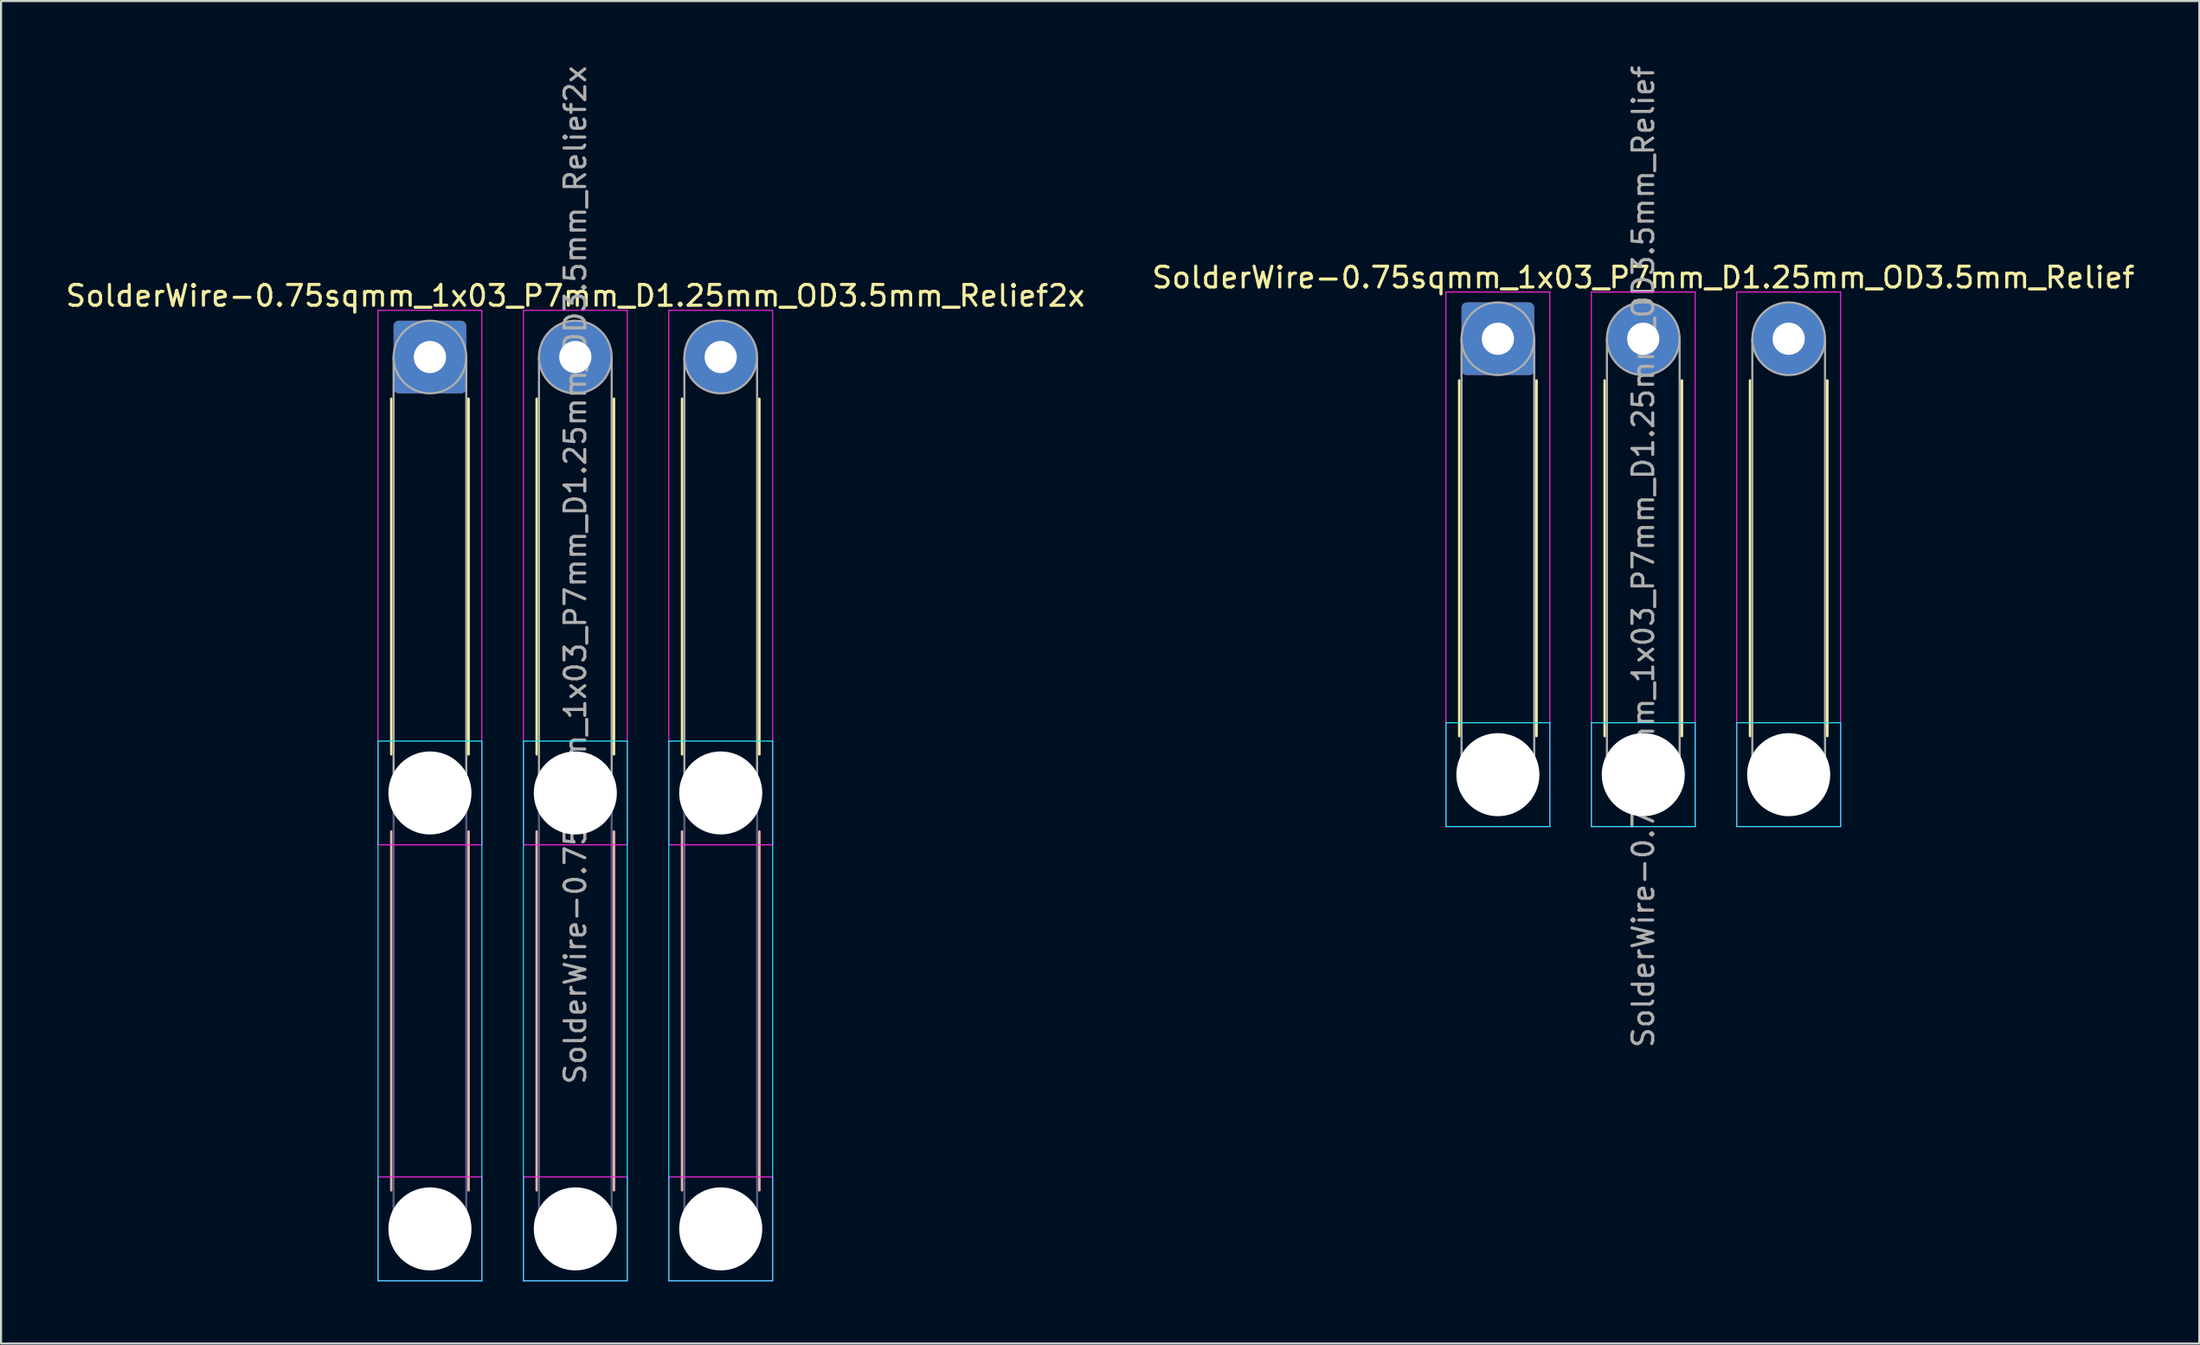
<source format=kicad_pcb>
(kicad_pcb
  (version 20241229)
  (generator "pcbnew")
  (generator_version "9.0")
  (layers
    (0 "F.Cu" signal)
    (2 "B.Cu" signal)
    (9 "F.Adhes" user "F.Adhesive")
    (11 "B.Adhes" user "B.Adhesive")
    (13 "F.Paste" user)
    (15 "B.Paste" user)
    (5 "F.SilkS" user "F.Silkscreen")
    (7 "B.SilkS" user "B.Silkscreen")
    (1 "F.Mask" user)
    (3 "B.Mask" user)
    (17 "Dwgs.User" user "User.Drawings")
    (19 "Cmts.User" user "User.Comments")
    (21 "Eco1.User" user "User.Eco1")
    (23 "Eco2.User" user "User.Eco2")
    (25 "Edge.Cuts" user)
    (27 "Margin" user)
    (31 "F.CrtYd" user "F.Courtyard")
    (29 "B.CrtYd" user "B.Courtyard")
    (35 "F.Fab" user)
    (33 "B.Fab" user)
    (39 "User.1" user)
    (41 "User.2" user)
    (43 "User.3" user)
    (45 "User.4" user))
  (footprint "SolderWire-0.75sqmm_1x03_P7mm_D1.25mm_OD3.5mm_Relief"
    (layer "F.Cu")
    (at 69.065 13.268)
    (property "Reference" "SolderWire-0.75sqmm_1x03_P7mm_D1.25mm_OD3.5mm_Relief" (at 7 -2.95 0) (layer "F.SilkS") (effects (font (size 1 1) (thickness 0.15))))
    (attr exclude_from_pos_files exclude_from_bom)
    (fp_line (start -1.86 2.01) (end -1.86 19.14) (stroke (width 0.12) (type solid)) (layer "F.SilkS"))
    (fp_line (start 1.86 2.01) (end 1.86 19.14) (stroke (width 0.12) (type solid)) (layer "F.SilkS"))
    (fp_line (start 5.14 2.01) (end 5.14 19.14) (stroke (width 0.12) (type solid)) (layer "F.SilkS"))
    (fp_line (start 8.86 2.01) (end 8.86 19.14) (stroke (width 0.12) (type solid)) (layer "F.SilkS"))
    (fp_line (start 12.14 2.01) (end 12.14 19.14) (stroke (width 0.12) (type solid)) (layer "F.SilkS"))
    (fp_line (start 15.86 2.01) (end 15.86 19.14) (stroke (width 0.12) (type solid)) (layer "F.SilkS"))
    (fp_line (start -2.5 18.5) (end -2.5 23.5) (stroke (width 0.05) (type solid)) (layer "B.CrtYd"))
    (fp_line (start -2.5 23.5) (end 2.5 23.5) (stroke (width 0.05) (type solid)) (layer "B.CrtYd"))
    (fp_line (start 2.5 18.5) (end -2.5 18.5) (stroke (width 0.05) (type solid)) (layer "B.CrtYd"))
    (fp_line (start 2.5 23.5) (end 2.5 18.5) (stroke (width 0.05) (type solid)) (layer "B.CrtYd"))
    (fp_line (start 4.5 18.5) (end 4.5 23.5) (stroke (width 0.05) (type solid)) (layer "B.CrtYd"))
    (fp_line (start 4.5 23.5) (end 9.5 23.5) (stroke (width 0.05) (type solid)) (layer "B.CrtYd"))
    (fp_line (start 9.5 18.5) (end 4.5 18.5) (stroke (width 0.05) (type solid)) (layer "B.CrtYd"))
    (fp_line (start 9.5 23.5) (end 9.5 18.5) (stroke (width 0.05) (type solid)) (layer "B.CrtYd"))
    (fp_line (start 11.5 18.5) (end 11.5 23.5) (stroke (width 0.05) (type solid)) (layer "B.CrtYd"))
    (fp_line (start 11.5 23.5) (end 16.5 23.5) (stroke (width 0.05) (type solid)) (layer "B.CrtYd"))
    (fp_line (start 16.5 18.5) (end 11.5 18.5) (stroke (width 0.05) (type solid)) (layer "B.CrtYd"))
    (fp_line (start 16.5 23.5) (end 16.5 18.5) (stroke (width 0.05) (type solid)) (layer "B.CrtYd"))
    (fp_line (start -2.5 -2.25) (end -2.5 23.5) (stroke (width 0.05) (type solid)) (layer "F.CrtYd"))
    (fp_line (start -2.5 23.5) (end 2.5 23.5) (stroke (width 0.05) (type solid)) (layer "F.CrtYd"))
    (fp_line (start 2.5 -2.25) (end -2.5 -2.25) (stroke (width 0.05) (type solid)) (layer "F.CrtYd"))
    (fp_line (start 2.5 23.5) (end 2.5 -2.25) (stroke (width 0.05) (type solid)) (layer "F.CrtYd"))
    (fp_line (start 4.5 -2.25) (end 4.5 23.5) (stroke (width 0.05) (type solid)) (layer "F.CrtYd"))
    (fp_line (start 4.5 23.5) (end 9.5 23.5) (stroke (width 0.05) (type solid)) (layer "F.CrtYd"))
    (fp_line (start 9.5 -2.25) (end 4.5 -2.25) (stroke (width 0.05) (type solid)) (layer "F.CrtYd"))
    (fp_line (start 9.5 23.5) (end 9.5 -2.25) (stroke (width 0.05) (type solid)) (layer "F.CrtYd"))
    (fp_line (start 11.5 -2.25) (end 11.5 23.5) (stroke (width 0.05) (type solid)) (layer "F.CrtYd"))
    (fp_line (start 11.5 23.5) (end 16.5 23.5) (stroke (width 0.05) (type solid)) (layer "F.CrtYd"))
    (fp_line (start 16.5 -2.25) (end 11.5 -2.25) (stroke (width 0.05) (type solid)) (layer "F.CrtYd"))
    (fp_line (start 16.5 23.5) (end 16.5 -2.25) (stroke (width 0.05) (type solid)) (layer "F.CrtYd"))
    (fp_line (start -1.75 0) (end -1.75 21) (stroke (width 0.1) (type solid)) (layer "F.Fab"))
    (fp_line (start 1.75 0) (end 1.75 21) (stroke (width 0.1) (type solid)) (layer "F.Fab"))
    (fp_line (start 5.25 0) (end 5.25 21) (stroke (width 0.1) (type solid)) (layer "F.Fab"))
    (fp_line (start 8.75 0) (end 8.75 21) (stroke (width 0.1) (type solid)) (layer "F.Fab"))
    (fp_line (start 12.25 0) (end 12.25 21) (stroke (width 0.1) (type solid)) (layer "F.Fab"))
    (fp_line (start 15.75 0) (end 15.75 21) (stroke (width 0.1) (type solid)) (layer "F.Fab"))
    (fp_circle (center 0 0) (end 1.75 0) (stroke (width 0.1) (type solid)) (fill no) (layer "F.Fab"))
    (fp_circle (center 0 21) (end 1.75 21) (stroke (width 0.1) (type solid)) (fill no) (layer "F.Fab"))
    (fp_circle (center 7 0) (end 8.75 0) (stroke (width 0.1) (type solid)) (fill no) (layer "F.Fab"))
    (fp_circle (center 7 21) (end 8.75 21) (stroke (width 0.1) (type solid)) (fill no) (layer "F.Fab"))
    (fp_circle (center 14 0) (end 15.75 0) (stroke (width 0.1) (type solid)) (fill no) (layer "F.Fab"))
    (fp_circle (center 14 21) (end 15.75 21) (stroke (width 0.1) (type solid)) (fill no) (layer "F.Fab"))
    (fp_text user "${REFERENCE}" (at 7 10.5 90) (layer "F.Fab") (effects (font (size 1 1) (thickness 0.15))))
    (pad "" np_thru_hole circle (at 0 21) (size 4 4) (drill 4) (layers "*.Cu" "*.Mask"))
    (pad "" np_thru_hole circle (at 7 21) (size 4 4) (drill 4) (layers "*.Cu" "*.Mask"))
    (pad "" np_thru_hole circle (at 14 21) (size 4 4) (drill 4) (layers "*.Cu" "*.Mask"))
    (pad "1" thru_hole roundrect (at 0 0) (size 3.5 3.5) (drill 1.55) (layers "*.Cu" "*.Mask") (roundrect_rratio 0.071))
    (pad "2" thru_hole circle (at 7 0) (size 3.5 3.5) (drill 1.55) (layers "*.Cu" "*.Mask"))
    (pad "3" thru_hole circle (at 14 0) (size 3.5 3.5) (drill 1.55) (layers "*.Cu" "*.Mask")))
  (footprint "SolderWire-0.75sqmm_1x03_P7mm_D1.25mm_OD3.5mm_Relief2x"
    (layer "F.Cu")
    (at 17.649 14.149)
    (property "Reference" "SolderWire-0.75sqmm_1x03_P7mm_D1.25mm_OD3.5mm_Relief2x" (at 7 -2.95 0) (layer "F.SilkS") (effects (font (size 1 1) (thickness 0.15))))
    (attr exclude_from_pos_files exclude_from_bom)
    (fp_line (start -1.86 2.01) (end -1.86 19.14) (stroke (width 0.12) (type solid)) (layer "F.SilkS"))
    (fp_line (start 1.86 2.01) (end 1.86 19.14) (stroke (width 0.12) (type solid)) (layer "F.SilkS"))
    (fp_line (start 5.14 2.01) (end 5.14 19.14) (stroke (width 0.12) (type solid)) (layer "F.SilkS"))
    (fp_line (start 8.86 2.01) (end 8.86 19.14) (stroke (width 0.12) (type solid)) (layer "F.SilkS"))
    (fp_line (start 12.14 2.01) (end 12.14 19.14) (stroke (width 0.12) (type solid)) (layer "F.SilkS"))
    (fp_line (start 15.86 2.01) (end 15.86 19.14) (stroke (width 0.12) (type solid)) (layer "F.SilkS"))
    (fp_line (start -1.86 22.86) (end -1.86 40.14) (stroke (width 0.12) (type solid)) (layer "B.SilkS"))
    (fp_line (start 1.86 22.86) (end 1.86 40.14) (stroke (width 0.12) (type solid)) (layer "B.SilkS"))
    (fp_line (start 5.14 22.86) (end 5.14 40.14) (stroke (width 0.12) (type solid)) (layer "B.SilkS"))
    (fp_line (start 8.86 22.86) (end 8.86 40.14) (stroke (width 0.12) (type solid)) (layer "B.SilkS"))
    (fp_line (start 12.14 22.86) (end 12.14 40.14) (stroke (width 0.12) (type solid)) (layer "B.SilkS"))
    (fp_line (start 15.86 22.86) (end 15.86 40.14) (stroke (width 0.12) (type solid)) (layer "B.SilkS"))
    (fp_line (start -2.5 18.5) (end -2.5 44.5) (stroke (width 0.05) (type solid)) (layer "B.CrtYd"))
    (fp_line (start -2.5 44.5) (end 2.5 44.5) (stroke (width 0.05) (type solid)) (layer "B.CrtYd"))
    (fp_line (start 2.5 18.5) (end -2.5 18.5) (stroke (width 0.05) (type solid)) (layer "B.CrtYd"))
    (fp_line (start 2.5 44.5) (end 2.5 18.5) (stroke (width 0.05) (type solid)) (layer "B.CrtYd"))
    (fp_line (start 4.5 18.5) (end 4.5 44.5) (stroke (width 0.05) (type solid)) (layer "B.CrtYd"))
    (fp_line (start 4.5 44.5) (end 9.5 44.5) (stroke (width 0.05) (type solid)) (layer "B.CrtYd"))
    (fp_line (start 9.5 18.5) (end 4.5 18.5) (stroke (width 0.05) (type solid)) (layer "B.CrtYd"))
    (fp_line (start 9.5 44.5) (end 9.5 18.5) (stroke (width 0.05) (type solid)) (layer "B.CrtYd"))
    (fp_line (start 11.5 18.5) (end 11.5 44.5) (stroke (width 0.05) (type solid)) (layer "B.CrtYd"))
    (fp_line (start 11.5 44.5) (end 16.5 44.5) (stroke (width 0.05) (type solid)) (layer "B.CrtYd"))
    (fp_line (start 16.5 18.5) (end 11.5 18.5) (stroke (width 0.05) (type solid)) (layer "B.CrtYd"))
    (fp_line (start 16.5 44.5) (end 16.5 18.5) (stroke (width 0.05) (type solid)) (layer "B.CrtYd"))
    (fp_line (start -2.5 -2.25) (end -2.5 23.5) (stroke (width 0.05) (type solid)) (layer "F.CrtYd"))
    (fp_line (start -2.5 23.5) (end 2.5 23.5) (stroke (width 0.05) (type solid)) (layer "F.CrtYd"))
    (fp_line (start -2.5 39.5) (end -2.5 44.5) (stroke (width 0.05) (type solid)) (layer "F.CrtYd"))
    (fp_line (start -2.5 44.5) (end 2.5 44.5) (stroke (width 0.05) (type solid)) (layer "F.CrtYd"))
    (fp_line (start 2.5 -2.25) (end -2.5 -2.25) (stroke (width 0.05) (type solid)) (layer "F.CrtYd"))
    (fp_line (start 2.5 23.5) (end 2.5 -2.25) (stroke (width 0.05) (type solid)) (layer "F.CrtYd"))
    (fp_line (start 2.5 39.5) (end -2.5 39.5) (stroke (width 0.05) (type solid)) (layer "F.CrtYd"))
    (fp_line (start 2.5 44.5) (end 2.5 39.5) (stroke (width 0.05) (type solid)) (layer "F.CrtYd"))
    (fp_line (start 4.5 -2.25) (end 4.5 23.5) (stroke (width 0.05) (type solid)) (layer "F.CrtYd"))
    (fp_line (start 4.5 23.5) (end 9.5 23.5) (stroke (width 0.05) (type solid)) (layer "F.CrtYd"))
    (fp_line (start 4.5 39.5) (end 4.5 44.5) (stroke (width 0.05) (type solid)) (layer "F.CrtYd"))
    (fp_line (start 4.5 44.5) (end 9.5 44.5) (stroke (width 0.05) (type solid)) (layer "F.CrtYd"))
    (fp_line (start 9.5 -2.25) (end 4.5 -2.25) (stroke (width 0.05) (type solid)) (layer "F.CrtYd"))
    (fp_line (start 9.5 23.5) (end 9.5 -2.25) (stroke (width 0.05) (type solid)) (layer "F.CrtYd"))
    (fp_line (start 9.5 39.5) (end 4.5 39.5) (stroke (width 0.05) (type solid)) (layer "F.CrtYd"))
    (fp_line (start 9.5 44.5) (end 9.5 39.5) (stroke (width 0.05) (type solid)) (layer "F.CrtYd"))
    (fp_line (start 11.5 -2.25) (end 11.5 23.5) (stroke (width 0.05) (type solid)) (layer "F.CrtYd"))
    (fp_line (start 11.5 23.5) (end 16.5 23.5) (stroke (width 0.05) (type solid)) (layer "F.CrtYd"))
    (fp_line (start 11.5 39.5) (end 11.5 44.5) (stroke (width 0.05) (type solid)) (layer "F.CrtYd"))
    (fp_line (start 11.5 44.5) (end 16.5 44.5) (stroke (width 0.05) (type solid)) (layer "F.CrtYd"))
    (fp_line (start 16.5 -2.25) (end 11.5 -2.25) (stroke (width 0.05) (type solid)) (layer "F.CrtYd"))
    (fp_line (start 16.5 23.5) (end 16.5 -2.25) (stroke (width 0.05) (type solid)) (layer "F.CrtYd"))
    (fp_line (start 16.5 39.5) (end 11.5 39.5) (stroke (width 0.05) (type solid)) (layer "F.CrtYd"))
    (fp_line (start 16.5 44.5) (end 16.5 39.5) (stroke (width 0.05) (type solid)) (layer "F.CrtYd"))
    (fp_line (start -1.75 21) (end -1.75 42) (stroke (width 0.1) (type solid)) (layer "B.Fab"))
    (fp_line (start 1.75 21) (end 1.75 42) (stroke (width 0.1) (type solid)) (layer "B.Fab"))
    (fp_line (start 5.25 21) (end 5.25 42) (stroke (width 0.1) (type solid)) (layer "B.Fab"))
    (fp_line (start 8.75 21) (end 8.75 42) (stroke (width 0.1) (type solid)) (layer "B.Fab"))
    (fp_line (start 12.25 21) (end 12.25 42) (stroke (width 0.1) (type solid)) (layer "B.Fab"))
    (fp_line (start 15.75 21) (end 15.75 42) (stroke (width 0.1) (type solid)) (layer "B.Fab"))
    (fp_circle (center 0 21) (end 1.75 21) (stroke (width 0.1) (type solid)) (fill no) (layer "B.Fab"))
    (fp_circle (center 0 42) (end 1.75 42) (stroke (width 0.1) (type solid)) (fill no) (layer "B.Fab"))
    (fp_circle (center 7 21) (end 8.75 21) (stroke (width 0.1) (type solid)) (fill no) (layer "B.Fab"))
    (fp_circle (center 7 42) (end 8.75 42) (stroke (width 0.1) (type solid)) (fill no) (layer "B.Fab"))
    (fp_circle (center 14 21) (end 15.75 21) (stroke (width 0.1) (type solid)) (fill no) (layer "B.Fab"))
    (fp_circle (center 14 42) (end 15.75 42) (stroke (width 0.1) (type solid)) (fill no) (layer "B.Fab"))
    (fp_line (start -1.75 0) (end -1.75 21) (stroke (width 0.1) (type solid)) (layer "F.Fab"))
    (fp_line (start 1.75 0) (end 1.75 21) (stroke (width 0.1) (type solid)) (layer "F.Fab"))
    (fp_line (start 5.25 0) (end 5.25 21) (stroke (width 0.1) (type solid)) (layer "F.Fab"))
    (fp_line (start 8.75 0) (end 8.75 21) (stroke (width 0.1) (type solid)) (layer "F.Fab"))
    (fp_line (start 12.25 0) (end 12.25 21) (stroke (width 0.1) (type solid)) (layer "F.Fab"))
    (fp_line (start 15.75 0) (end 15.75 21) (stroke (width 0.1) (type solid)) (layer "F.Fab"))
    (fp_circle (center 0 0) (end 1.75 0) (stroke (width 0.1) (type solid)) (fill no) (layer "F.Fab"))
    (fp_circle (center 0 21) (end 1.75 21) (stroke (width 0.1) (type solid)) (fill no) (layer "F.Fab"))
    (fp_circle (center 0 42) (end 1.75 42) (stroke (width 0.1) (type solid)) (fill no) (layer "F.Fab"))
    (fp_circle (center 7 0) (end 8.75 0) (stroke (width 0.1) (type solid)) (fill no) (layer "F.Fab"))
    (fp_circle (center 7 21) (end 8.75 21) (stroke (width 0.1) (type solid)) (fill no) (layer "F.Fab"))
    (fp_circle (center 7 42) (end 8.75 42) (stroke (width 0.1) (type solid)) (fill no) (layer "F.Fab"))
    (fp_circle (center 14 0) (end 15.75 0) (stroke (width 0.1) (type solid)) (fill no) (layer "F.Fab"))
    (fp_circle (center 14 21) (end 15.75 21) (stroke (width 0.1) (type solid)) (fill no) (layer "F.Fab"))
    (fp_circle (center 14 42) (end 15.75 42) (stroke (width 0.1) (type solid)) (fill no) (layer "F.Fab"))
    (fp_text user "${REFERENCE}" (at 7 10.5 90) (layer "F.Fab") (effects (font (size 1 1) (thickness 0.15))))
    (pad "" np_thru_hole circle (at 0 21) (size 4 4) (drill 4) (layers "*.Cu" "*.Mask"))
    (pad "" np_thru_hole circle (at 0 42) (size 4 4) (drill 4) (layers "*.Cu" "*.Mask"))
    (pad "" np_thru_hole circle (at 7 21) (size 4 4) (drill 4) (layers "*.Cu" "*.Mask"))
    (pad "" np_thru_hole circle (at 7 42) (size 4 4) (drill 4) (layers "*.Cu" "*.Mask"))
    (pad "" np_thru_hole circle (at 14 21) (size 4 4) (drill 4) (layers "*.Cu" "*.Mask"))
    (pad "" np_thru_hole circle (at 14 42) (size 4 4) (drill 4) (layers "*.Cu" "*.Mask"))
    (pad "1" thru_hole roundrect (at 0 0) (size 3.5 3.5) (drill 1.55) (layers "*.Cu" "*.Mask") (roundrect_rratio 0.071))
    (pad "2" thru_hole circle (at 7 0) (size 3.5 3.5) (drill 1.55) (layers "*.Cu" "*.Mask"))
    (pad "3" thru_hole circle (at 14 0) (size 3.5 3.5) (drill 1.55) (layers "*.Cu" "*.Mask")))
  (gr_rect
    (start -3 -3)
    (end 102.833 61.674)
    (stroke (width 0.1) (type default))
    (fill no)
    (layer "Edge.Cuts")))
</source>
